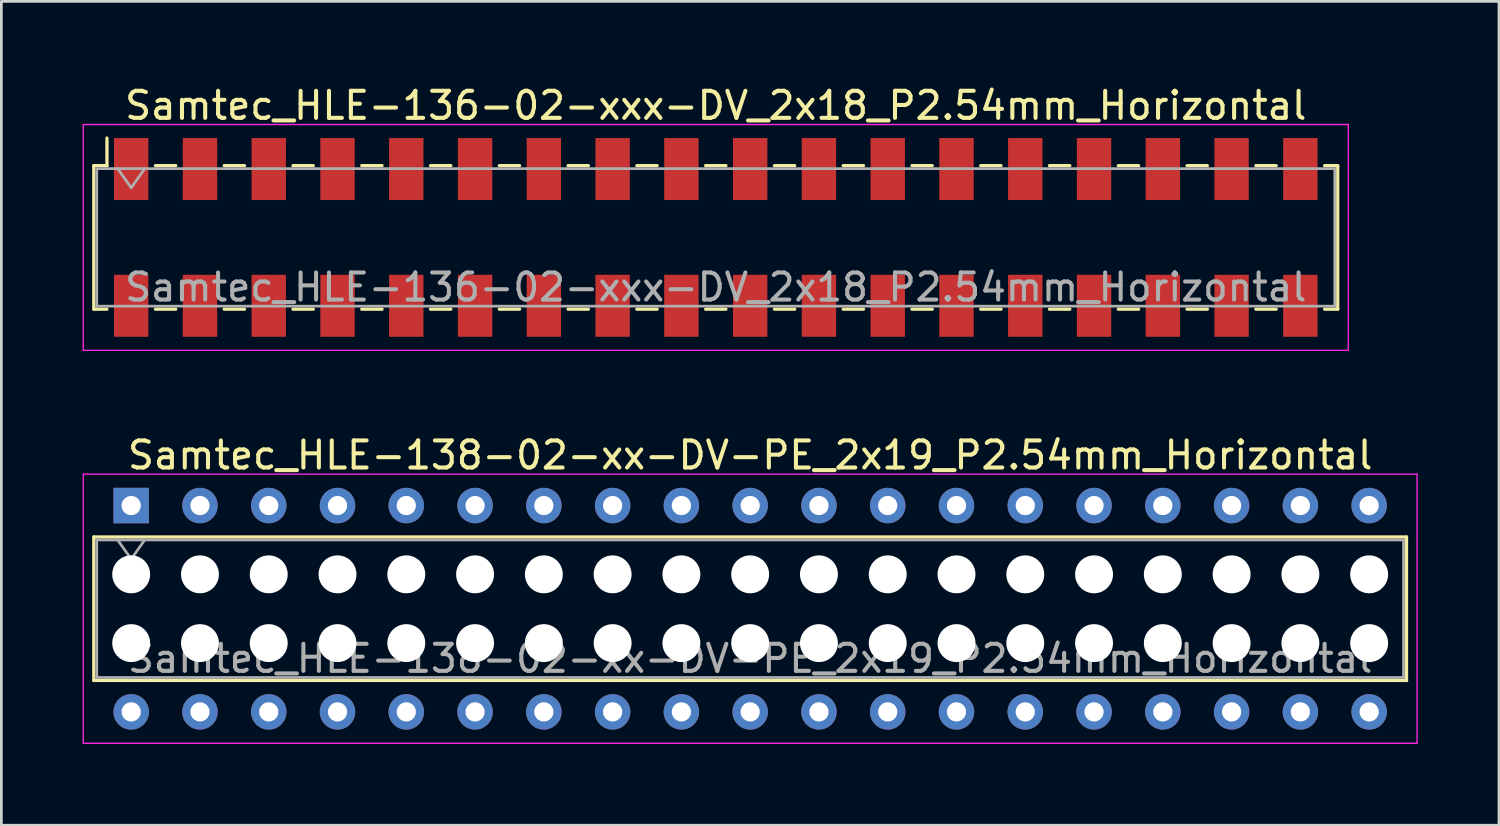
<source format=kicad_pcb>
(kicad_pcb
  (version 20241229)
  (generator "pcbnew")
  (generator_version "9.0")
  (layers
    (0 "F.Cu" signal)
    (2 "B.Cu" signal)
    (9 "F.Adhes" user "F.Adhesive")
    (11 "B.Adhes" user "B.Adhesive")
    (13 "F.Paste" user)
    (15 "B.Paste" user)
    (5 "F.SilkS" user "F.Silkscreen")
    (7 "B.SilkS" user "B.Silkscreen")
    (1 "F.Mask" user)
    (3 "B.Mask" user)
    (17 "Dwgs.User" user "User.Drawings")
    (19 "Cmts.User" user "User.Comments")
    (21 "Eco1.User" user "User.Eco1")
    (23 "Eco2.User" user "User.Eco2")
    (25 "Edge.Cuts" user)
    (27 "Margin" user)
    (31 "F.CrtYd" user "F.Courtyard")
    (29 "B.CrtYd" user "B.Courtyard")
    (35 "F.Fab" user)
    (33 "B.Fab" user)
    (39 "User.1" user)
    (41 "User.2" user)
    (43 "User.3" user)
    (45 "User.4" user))
  (footprint "Samtec_HLE-136-02-xxx-DV_2x18_P2.54mm_Horizontal"
    (layer "F.Cu")
    (at 23.385 5.718)
    (property "Reference" "Samtec_HLE-136-02-xxx-DV_2x18_P2.54mm_Horizontal" (at 0 -4.87 0) (layer "F.SilkS") (effects (font (size 1 1) (thickness 0.15))))
    (attr smd)
    (fp_line (start -22.97 -2.65) (end -22.97 2.65) (stroke (width 0.12) (type solid)) (layer "F.SilkS"))
    (fp_line (start -22.97 2.65) (end -22.485 2.65) (stroke (width 0.12) (type solid)) (layer "F.SilkS"))
    (fp_line (start -22.485 -3.67) (end -22.485 -2.65) (stroke (width 0.12) (type solid)) (layer "F.SilkS"))
    (fp_line (start -22.485 -2.65) (end -22.97 -2.65) (stroke (width 0.12) (type solid)) (layer "F.SilkS"))
    (fp_line (start -20.695 -2.65) (end -19.945 -2.65) (stroke (width 0.12) (type solid)) (layer "F.SilkS"))
    (fp_line (start -20.695 2.65) (end -19.945 2.65) (stroke (width 0.12) (type solid)) (layer "F.SilkS"))
    (fp_line (start -18.155 -2.65) (end -17.405 -2.65) (stroke (width 0.12) (type solid)) (layer "F.SilkS"))
    (fp_line (start -18.155 2.65) (end -17.405 2.65) (stroke (width 0.12) (type solid)) (layer "F.SilkS"))
    (fp_line (start -15.615 -2.65) (end -14.865 -2.65) (stroke (width 0.12) (type solid)) (layer "F.SilkS"))
    (fp_line (start -15.615 2.65) (end -14.865 2.65) (stroke (width 0.12) (type solid)) (layer "F.SilkS"))
    (fp_line (start -13.075 -2.65) (end -12.325 -2.65) (stroke (width 0.12) (type solid)) (layer "F.SilkS"))
    (fp_line (start -13.075 2.65) (end -12.325 2.65) (stroke (width 0.12) (type solid)) (layer "F.SilkS"))
    (fp_line (start -10.535 -2.65) (end -9.785 -2.65) (stroke (width 0.12) (type solid)) (layer "F.SilkS"))
    (fp_line (start -10.535 2.65) (end -9.785 2.65) (stroke (width 0.12) (type solid)) (layer "F.SilkS"))
    (fp_line (start -7.995 -2.65) (end -7.245 -2.65) (stroke (width 0.12) (type solid)) (layer "F.SilkS"))
    (fp_line (start -7.995 2.65) (end -7.245 2.65) (stroke (width 0.12) (type solid)) (layer "F.SilkS"))
    (fp_line (start -5.455 -2.65) (end -4.705 -2.65) (stroke (width 0.12) (type solid)) (layer "F.SilkS"))
    (fp_line (start -5.455 2.65) (end -4.705 2.65) (stroke (width 0.12) (type solid)) (layer "F.SilkS"))
    (fp_line (start -2.915 -2.65) (end -2.165 -2.65) (stroke (width 0.12) (type solid)) (layer "F.SilkS"))
    (fp_line (start -2.915 2.65) (end -2.165 2.65) (stroke (width 0.12) (type solid)) (layer "F.SilkS"))
    (fp_line (start -0.375 -2.65) (end 0.375 -2.65) (stroke (width 0.12) (type solid)) (layer "F.SilkS"))
    (fp_line (start -0.375 2.65) (end 0.375 2.65) (stroke (width 0.12) (type solid)) (layer "F.SilkS"))
    (fp_line (start 2.165 -2.65) (end 2.915 -2.65) (stroke (width 0.12) (type solid)) (layer "F.SilkS"))
    (fp_line (start 2.165 2.65) (end 2.915 2.65) (stroke (width 0.12) (type solid)) (layer "F.SilkS"))
    (fp_line (start 4.705 -2.65) (end 5.455 -2.65) (stroke (width 0.12) (type solid)) (layer "F.SilkS"))
    (fp_line (start 4.705 2.65) (end 5.455 2.65) (stroke (width 0.12) (type solid)) (layer "F.SilkS"))
    (fp_line (start 7.245 -2.65) (end 7.995 -2.65) (stroke (width 0.12) (type solid)) (layer "F.SilkS"))
    (fp_line (start 7.245 2.65) (end 7.995 2.65) (stroke (width 0.12) (type solid)) (layer "F.SilkS"))
    (fp_line (start 9.785 -2.65) (end 10.535 -2.65) (stroke (width 0.12) (type solid)) (layer "F.SilkS"))
    (fp_line (start 9.785 2.65) (end 10.535 2.65) (stroke (width 0.12) (type solid)) (layer "F.SilkS"))
    (fp_line (start 12.325 -2.65) (end 13.075 -2.65) (stroke (width 0.12) (type solid)) (layer "F.SilkS"))
    (fp_line (start 12.325 2.65) (end 13.075 2.65) (stroke (width 0.12) (type solid)) (layer "F.SilkS"))
    (fp_line (start 14.865 -2.65) (end 15.615 -2.65) (stroke (width 0.12) (type solid)) (layer "F.SilkS"))
    (fp_line (start 14.865 2.65) (end 15.615 2.65) (stroke (width 0.12) (type solid)) (layer "F.SilkS"))
    (fp_line (start 17.405 -2.65) (end 18.155 -2.65) (stroke (width 0.12) (type solid)) (layer "F.SilkS"))
    (fp_line (start 17.405 2.65) (end 18.155 2.65) (stroke (width 0.12) (type solid)) (layer "F.SilkS"))
    (fp_line (start 19.945 -2.65) (end 20.695 -2.65) (stroke (width 0.12) (type solid)) (layer "F.SilkS"))
    (fp_line (start 19.945 2.65) (end 20.695 2.65) (stroke (width 0.12) (type solid)) (layer "F.SilkS"))
    (fp_line (start 22.485 -2.65) (end 22.97 -2.65) (stroke (width 0.12) (type solid)) (layer "F.SilkS"))
    (fp_line (start 22.97 -2.65) (end 22.97 2.65) (stroke (width 0.12) (type solid)) (layer "F.SilkS"))
    (fp_line (start 22.97 2.65) (end 22.485 2.65) (stroke (width 0.12) (type solid)) (layer "F.SilkS"))
    (fp_line (start -23.36 -4.17) (end 23.36 -4.17) (stroke (width 0.05) (type solid)) (layer "F.CrtYd"))
    (fp_line (start -23.36 4.17) (end -23.36 -4.17) (stroke (width 0.05) (type solid)) (layer "F.CrtYd"))
    (fp_line (start 23.36 -4.17) (end 23.36 4.17) (stroke (width 0.05) (type solid)) (layer "F.CrtYd"))
    (fp_line (start 23.36 4.17) (end -23.36 4.17) (stroke (width 0.05) (type solid)) (layer "F.CrtYd"))
    (fp_line (start -22.86 -2.54) (end 22.86 -2.54) (stroke (width 0.1) (type solid)) (layer "F.Fab"))
    (fp_line (start -22.86 2.54) (end -22.86 -2.54) (stroke (width 0.1) (type solid)) (layer "F.Fab"))
    (fp_line (start -22.09 -2.54) (end -21.59 -1.833) (stroke (width 0.1) (type solid)) (layer "F.Fab"))
    (fp_line (start -21.59 -1.833) (end -21.09 -2.54) (stroke (width 0.1) (type solid)) (layer "F.Fab"))
    (fp_line (start 22.86 -2.54) (end 22.86 2.54) (stroke (width 0.1) (type solid)) (layer "F.Fab"))
    (fp_line (start 22.86 2.54) (end -22.86 2.54) (stroke (width 0.1) (type solid)) (layer "F.Fab"))
    (fp_text user "${REFERENCE}" (at 0 1.84 0) (layer "F.Fab") (effects (font (size 1 1) (thickness 0.15))))
    (pad "1" smd rect (at -21.59 -2.525) (size 1.27 2.29) (layers "F.Cu" "F.Mask" "F.Paste"))
    (pad "2" smd rect (at -21.59 2.525) (size 1.27 2.29) (layers "F.Cu" "F.Mask" "F.Paste"))
    (pad "3" smd rect (at -19.05 -2.525) (size 1.27 2.29) (layers "F.Cu" "F.Mask" "F.Paste"))
    (pad "4" smd rect (at -19.05 2.525) (size 1.27 2.29) (layers "F.Cu" "F.Mask" "F.Paste"))
    (pad "5" smd rect (at -16.51 -2.525) (size 1.27 2.29) (layers "F.Cu" "F.Mask" "F.Paste"))
    (pad "6" smd rect (at -16.51 2.525) (size 1.27 2.29) (layers "F.Cu" "F.Mask" "F.Paste"))
    (pad "7" smd rect (at -13.97 -2.525) (size 1.27 2.29) (layers "F.Cu" "F.Mask" "F.Paste"))
    (pad "8" smd rect (at -13.97 2.525) (size 1.27 2.29) (layers "F.Cu" "F.Mask" "F.Paste"))
    (pad "9" smd rect (at -11.43 -2.525) (size 1.27 2.29) (layers "F.Cu" "F.Mask" "F.Paste"))
    (pad "10" smd rect (at -11.43 2.525) (size 1.27 2.29) (layers "F.Cu" "F.Mask" "F.Paste"))
    (pad "11" smd rect (at -8.89 -2.525) (size 1.27 2.29) (layers "F.Cu" "F.Mask" "F.Paste"))
    (pad "12" smd rect (at -8.89 2.525) (size 1.27 2.29) (layers "F.Cu" "F.Mask" "F.Paste"))
    (pad "13" smd rect (at -6.35 -2.525) (size 1.27 2.29) (layers "F.Cu" "F.Mask" "F.Paste"))
    (pad "14" smd rect (at -6.35 2.525) (size 1.27 2.29) (layers "F.Cu" "F.Mask" "F.Paste"))
    (pad "15" smd rect (at -3.81 -2.525) (size 1.27 2.29) (layers "F.Cu" "F.Mask" "F.Paste"))
    (pad "16" smd rect (at -3.81 2.525) (size 1.27 2.29) (layers "F.Cu" "F.Mask" "F.Paste"))
    (pad "17" smd rect (at -1.27 -2.525) (size 1.27 2.29) (layers "F.Cu" "F.Mask" "F.Paste"))
    (pad "18" smd rect (at -1.27 2.525) (size 1.27 2.29) (layers "F.Cu" "F.Mask" "F.Paste"))
    (pad "19" smd rect (at 1.27 -2.525) (size 1.27 2.29) (layers "F.Cu" "F.Mask" "F.Paste"))
    (pad "20" smd rect (at 1.27 2.525) (size 1.27 2.29) (layers "F.Cu" "F.Mask" "F.Paste"))
    (pad "21" smd rect (at 3.81 -2.525) (size 1.27 2.29) (layers "F.Cu" "F.Mask" "F.Paste"))
    (pad "22" smd rect (at 3.81 2.525) (size 1.27 2.29) (layers "F.Cu" "F.Mask" "F.Paste"))
    (pad "23" smd rect (at 6.35 -2.525) (size 1.27 2.29) (layers "F.Cu" "F.Mask" "F.Paste"))
    (pad "24" smd rect (at 6.35 2.525) (size 1.27 2.29) (layers "F.Cu" "F.Mask" "F.Paste"))
    (pad "25" smd rect (at 8.89 -2.525) (size 1.27 2.29) (layers "F.Cu" "F.Mask" "F.Paste"))
    (pad "26" smd rect (at 8.89 2.525) (size 1.27 2.29) (layers "F.Cu" "F.Mask" "F.Paste"))
    (pad "27" smd rect (at 11.43 -2.525) (size 1.27 2.29) (layers "F.Cu" "F.Mask" "F.Paste"))
    (pad "28" smd rect (at 11.43 2.525) (size 1.27 2.29) (layers "F.Cu" "F.Mask" "F.Paste"))
    (pad "29" smd rect (at 13.97 -2.525) (size 1.27 2.29) (layers "F.Cu" "F.Mask" "F.Paste"))
    (pad "30" smd rect (at 13.97 2.525) (size 1.27 2.29) (layers "F.Cu" "F.Mask" "F.Paste"))
    (pad "31" smd rect (at 16.51 -2.525) (size 1.27 2.29) (layers "F.Cu" "F.Mask" "F.Paste"))
    (pad "32" smd rect (at 16.51 2.525) (size 1.27 2.29) (layers "F.Cu" "F.Mask" "F.Paste"))
    (pad "33" smd rect (at 19.05 -2.525) (size 1.27 2.29) (layers "F.Cu" "F.Mask" "F.Paste"))
    (pad "34" smd rect (at 19.05 2.525) (size 1.27 2.29) (layers "F.Cu" "F.Mask" "F.Paste"))
    (pad "35" smd rect (at 21.59 -2.525) (size 1.27 2.29) (layers "F.Cu" "F.Mask" "F.Paste"))
    (pad "36" smd rect (at 21.59 2.525) (size 1.27 2.29) (layers "F.Cu" "F.Mask" "F.Paste")))
  (footprint "Samtec_HLE-138-02-xx-DV-PE_2x19_P2.54mm_Horizontal"
    (layer "F.Cu")
    (at 1.795 15.621)
    (property "Reference" "Samtec_HLE-138-02-xx-DV-PE_2x19_P2.54mm_Horizontal" (at 22.86 -1.86 0) (layer "F.SilkS") (effects (font (size 1 1) (thickness 0.15))))
    (attr through_hole)
    (fp_line (start -1.38 1.16) (end 47.1 1.16) (stroke (width 0.12) (type solid)) (layer "F.SilkS"))
    (fp_line (start -1.38 6.46) (end -1.38 1.16) (stroke (width 0.12) (type solid)) (layer "F.SilkS"))
    (fp_line (start 47.1 1.16) (end 47.1 6.46) (stroke (width 0.12) (type solid)) (layer "F.SilkS"))
    (fp_line (start 47.1 6.46) (end -1.38 6.46) (stroke (width 0.12) (type solid)) (layer "F.SilkS"))
    (fp_line (start -1.77 -1.16) (end 47.49 -1.16) (stroke (width 0.05) (type solid)) (layer "F.CrtYd"))
    (fp_line (start -1.77 8.78) (end -1.77 -1.16) (stroke (width 0.05) (type solid)) (layer "F.CrtYd"))
    (fp_line (start 47.49 -1.16) (end 47.49 8.78) (stroke (width 0.05) (type solid)) (layer "F.CrtYd"))
    (fp_line (start 47.49 8.78) (end -1.77 8.78) (stroke (width 0.05) (type solid)) (layer "F.CrtYd"))
    (fp_line (start -1.27 1.27) (end 46.99 1.27) (stroke (width 0.1) (type solid)) (layer "F.Fab"))
    (fp_line (start -1.27 6.35) (end -1.27 1.27) (stroke (width 0.1) (type solid)) (layer "F.Fab"))
    (fp_line (start -0.5 1.27) (end 0 1.977) (stroke (width 0.1) (type solid)) (layer "F.Fab"))
    (fp_line (start 0 1.977) (end 0.5 1.27) (stroke (width 0.1) (type solid)) (layer "F.Fab"))
    (fp_line (start 46.99 1.27) (end 46.99 6.35) (stroke (width 0.1) (type solid)) (layer "F.Fab"))
    (fp_line (start 46.99 6.35) (end -1.27 6.35) (stroke (width 0.1) (type solid)) (layer "F.Fab"))
    (fp_text user "${REFERENCE}" (at 22.86 5.65 0) (layer "F.Fab") (effects (font (size 1 1) (thickness 0.15))))
    (pad "" np_thru_hole circle (at 0 2.54) (size 1.4 1.4) (drill 1.4) (layers "*.Cu" "*.Mask"))
    (pad "" np_thru_hole circle (at 0 5.08) (size 1.4 1.4) (drill 1.4) (layers "*.Cu" "*.Mask"))
    (pad "" np_thru_hole circle (at 2.54 2.54) (size 1.4 1.4) (drill 1.4) (layers "*.Cu" "*.Mask"))
    (pad "" np_thru_hole circle (at 2.54 5.08) (size 1.4 1.4) (drill 1.4) (layers "*.Cu" "*.Mask"))
    (pad "" np_thru_hole circle (at 5.08 2.54) (size 1.4 1.4) (drill 1.4) (layers "*.Cu" "*.Mask"))
    (pad "" np_thru_hole circle (at 5.08 5.08) (size 1.4 1.4) (drill 1.4) (layers "*.Cu" "*.Mask"))
    (pad "" np_thru_hole circle (at 7.62 2.54) (size 1.4 1.4) (drill 1.4) (layers "*.Cu" "*.Mask"))
    (pad "" np_thru_hole circle (at 7.62 5.08) (size 1.4 1.4) (drill 1.4) (layers "*.Cu" "*.Mask"))
    (pad "" np_thru_hole circle (at 10.16 2.54) (size 1.4 1.4) (drill 1.4) (layers "*.Cu" "*.Mask"))
    (pad "" np_thru_hole circle (at 10.16 5.08) (size 1.4 1.4) (drill 1.4) (layers "*.Cu" "*.Mask"))
    (pad "" np_thru_hole circle (at 12.7 2.54) (size 1.4 1.4) (drill 1.4) (layers "*.Cu" "*.Mask"))
    (pad "" np_thru_hole circle (at 12.7 5.08) (size 1.4 1.4) (drill 1.4) (layers "*.Cu" "*.Mask"))
    (pad "" np_thru_hole circle (at 15.24 2.54) (size 1.4 1.4) (drill 1.4) (layers "*.Cu" "*.Mask"))
    (pad "" np_thru_hole circle (at 15.24 5.08) (size 1.4 1.4) (drill 1.4) (layers "*.Cu" "*.Mask"))
    (pad "" np_thru_hole circle (at 17.78 2.54) (size 1.4 1.4) (drill 1.4) (layers "*.Cu" "*.Mask"))
    (pad "" np_thru_hole circle (at 17.78 5.08) (size 1.4 1.4) (drill 1.4) (layers "*.Cu" "*.Mask"))
    (pad "" np_thru_hole circle (at 20.32 2.54) (size 1.4 1.4) (drill 1.4) (layers "*.Cu" "*.Mask"))
    (pad "" np_thru_hole circle (at 20.32 5.08) (size 1.4 1.4) (drill 1.4) (layers "*.Cu" "*.Mask"))
    (pad "" np_thru_hole circle (at 22.86 2.54) (size 1.4 1.4) (drill 1.4) (layers "*.Cu" "*.Mask"))
    (pad "" np_thru_hole circle (at 22.86 5.08) (size 1.4 1.4) (drill 1.4) (layers "*.Cu" "*.Mask"))
    (pad "" np_thru_hole circle (at 25.4 2.54) (size 1.4 1.4) (drill 1.4) (layers "*.Cu" "*.Mask"))
    (pad "" np_thru_hole circle (at 25.4 5.08) (size 1.4 1.4) (drill 1.4) (layers "*.Cu" "*.Mask"))
    (pad "" np_thru_hole circle (at 27.94 2.54) (size 1.4 1.4) (drill 1.4) (layers "*.Cu" "*.Mask"))
    (pad "" np_thru_hole circle (at 27.94 5.08) (size 1.4 1.4) (drill 1.4) (layers "*.Cu" "*.Mask"))
    (pad "" np_thru_hole circle (at 30.48 2.54) (size 1.4 1.4) (drill 1.4) (layers "*.Cu" "*.Mask"))
    (pad "" np_thru_hole circle (at 30.48 5.08) (size 1.4 1.4) (drill 1.4) (layers "*.Cu" "*.Mask"))
    (pad "" np_thru_hole circle (at 33.02 2.54) (size 1.4 1.4) (drill 1.4) (layers "*.Cu" "*.Mask"))
    (pad "" np_thru_hole circle (at 33.02 5.08) (size 1.4 1.4) (drill 1.4) (layers "*.Cu" "*.Mask"))
    (pad "" np_thru_hole circle (at 35.56 2.54) (size 1.4 1.4) (drill 1.4) (layers "*.Cu" "*.Mask"))
    (pad "" np_thru_hole circle (at 35.56 5.08) (size 1.4 1.4) (drill 1.4) (layers "*.Cu" "*.Mask"))
    (pad "" np_thru_hole circle (at 38.1 2.54) (size 1.4 1.4) (drill 1.4) (layers "*.Cu" "*.Mask"))
    (pad "" np_thru_hole circle (at 38.1 5.08) (size 1.4 1.4) (drill 1.4) (layers "*.Cu" "*.Mask"))
    (pad "" np_thru_hole circle (at 40.64 2.54) (size 1.4 1.4) (drill 1.4) (layers "*.Cu" "*.Mask"))
    (pad "" np_thru_hole circle (at 40.64 5.08) (size 1.4 1.4) (drill 1.4) (layers "*.Cu" "*.Mask"))
    (pad "" np_thru_hole circle (at 43.18 2.54) (size 1.4 1.4) (drill 1.4) (layers "*.Cu" "*.Mask"))
    (pad "" np_thru_hole circle (at 43.18 5.08) (size 1.4 1.4) (drill 1.4) (layers "*.Cu" "*.Mask"))
    (pad "" np_thru_hole circle (at 45.72 2.54) (size 1.4 1.4) (drill 1.4) (layers "*.Cu" "*.Mask"))
    (pad "" np_thru_hole circle (at 45.72 5.08) (size 1.4 1.4) (drill 1.4) (layers "*.Cu" "*.Mask"))
    (pad "1" thru_hole rect (at 0 0) (size 1.31 1.31) (drill 0.71) (layers "*.Cu" "*.Mask"))
    (pad "2" thru_hole circle (at 0 7.62) (size 1.31 1.31) (drill 0.71) (layers "*.Cu" "*.Mask"))
    (pad "3" thru_hole circle (at 2.54 0) (size 1.31 1.31) (drill 0.71) (layers "*.Cu" "*.Mask"))
    (pad "4" thru_hole circle (at 2.54 7.62) (size 1.31 1.31) (drill 0.71) (layers "*.Cu" "*.Mask"))
    (pad "5" thru_hole circle (at 5.08 0) (size 1.31 1.31) (drill 0.71) (layers "*.Cu" "*.Mask"))
    (pad "6" thru_hole circle (at 5.08 7.62) (size 1.31 1.31) (drill 0.71) (layers "*.Cu" "*.Mask"))
    (pad "7" thru_hole circle (at 7.62 0) (size 1.31 1.31) (drill 0.71) (layers "*.Cu" "*.Mask"))
    (pad "8" thru_hole circle (at 7.62 7.62) (size 1.31 1.31) (drill 0.71) (layers "*.Cu" "*.Mask"))
    (pad "9" thru_hole circle (at 10.16 0) (size 1.31 1.31) (drill 0.71) (layers "*.Cu" "*.Mask"))
    (pad "10" thru_hole circle (at 10.16 7.62) (size 1.31 1.31) (drill 0.71) (layers "*.Cu" "*.Mask"))
    (pad "11" thru_hole circle (at 12.7 0) (size 1.31 1.31) (drill 0.71) (layers "*.Cu" "*.Mask"))
    (pad "12" thru_hole circle (at 12.7 7.62) (size 1.31 1.31) (drill 0.71) (layers "*.Cu" "*.Mask"))
    (pad "13" thru_hole circle (at 15.24 0) (size 1.31 1.31) (drill 0.71) (layers "*.Cu" "*.Mask"))
    (pad "14" thru_hole circle (at 15.24 7.62) (size 1.31 1.31) (drill 0.71) (layers "*.Cu" "*.Mask"))
    (pad "15" thru_hole circle (at 17.78 0) (size 1.31 1.31) (drill 0.71) (layers "*.Cu" "*.Mask"))
    (pad "16" thru_hole circle (at 17.78 7.62) (size 1.31 1.31) (drill 0.71) (layers "*.Cu" "*.Mask"))
    (pad "17" thru_hole circle (at 20.32 0) (size 1.31 1.31) (drill 0.71) (layers "*.Cu" "*.Mask"))
    (pad "18" thru_hole circle (at 20.32 7.62) (size 1.31 1.31) (drill 0.71) (layers "*.Cu" "*.Mask"))
    (pad "19" thru_hole circle (at 22.86 0) (size 1.31 1.31) (drill 0.71) (layers "*.Cu" "*.Mask"))
    (pad "20" thru_hole circle (at 22.86 7.62) (size 1.31 1.31) (drill 0.71) (layers "*.Cu" "*.Mask"))
    (pad "21" thru_hole circle (at 25.4 0) (size 1.31 1.31) (drill 0.71) (layers "*.Cu" "*.Mask"))
    (pad "22" thru_hole circle (at 25.4 7.62) (size 1.31 1.31) (drill 0.71) (layers "*.Cu" "*.Mask"))
    (pad "23" thru_hole circle (at 27.94 0) (size 1.31 1.31) (drill 0.71) (layers "*.Cu" "*.Mask"))
    (pad "24" thru_hole circle (at 27.94 7.62) (size 1.31 1.31) (drill 0.71) (layers "*.Cu" "*.Mask"))
    (pad "25" thru_hole circle (at 30.48 0) (size 1.31 1.31) (drill 0.71) (layers "*.Cu" "*.Mask"))
    (pad "26" thru_hole circle (at 30.48 7.62) (size 1.31 1.31) (drill 0.71) (layers "*.Cu" "*.Mask"))
    (pad "27" thru_hole circle (at 33.02 0) (size 1.31 1.31) (drill 0.71) (layers "*.Cu" "*.Mask"))
    (pad "28" thru_hole circle (at 33.02 7.62) (size 1.31 1.31) (drill 0.71) (layers "*.Cu" "*.Mask"))
    (pad "29" thru_hole circle (at 35.56 0) (size 1.31 1.31) (drill 0.71) (layers "*.Cu" "*.Mask"))
    (pad "30" thru_hole circle (at 35.56 7.62) (size 1.31 1.31) (drill 0.71) (layers "*.Cu" "*.Mask"))
    (pad "31" thru_hole circle (at 38.1 0) (size 1.31 1.31) (drill 0.71) (layers "*.Cu" "*.Mask"))
    (pad "32" thru_hole circle (at 38.1 7.62) (size 1.31 1.31) (drill 0.71) (layers "*.Cu" "*.Mask"))
    (pad "33" thru_hole circle (at 40.64 0) (size 1.31 1.31) (drill 0.71) (layers "*.Cu" "*.Mask"))
    (pad "34" thru_hole circle (at 40.64 7.62) (size 1.31 1.31) (drill 0.71) (layers "*.Cu" "*.Mask"))
    (pad "35" thru_hole circle (at 43.18 0) (size 1.31 1.31) (drill 0.71) (layers "*.Cu" "*.Mask"))
    (pad "36" thru_hole circle (at 43.18 7.62) (size 1.31 1.31) (drill 0.71) (layers "*.Cu" "*.Mask"))
    (pad "37" thru_hole circle (at 45.72 0) (size 1.31 1.31) (drill 0.71) (layers "*.Cu" "*.Mask"))
    (pad "38" thru_hole circle (at 45.72 7.62) (size 1.31 1.31) (drill 0.71) (layers "*.Cu" "*.Mask")))
  (gr_rect
    (start -3 -3)
    (end 52.31 27.427)
    (stroke (width 0.1) (type default))
    (fill no)
    (layer "Edge.Cuts")))
</source>
